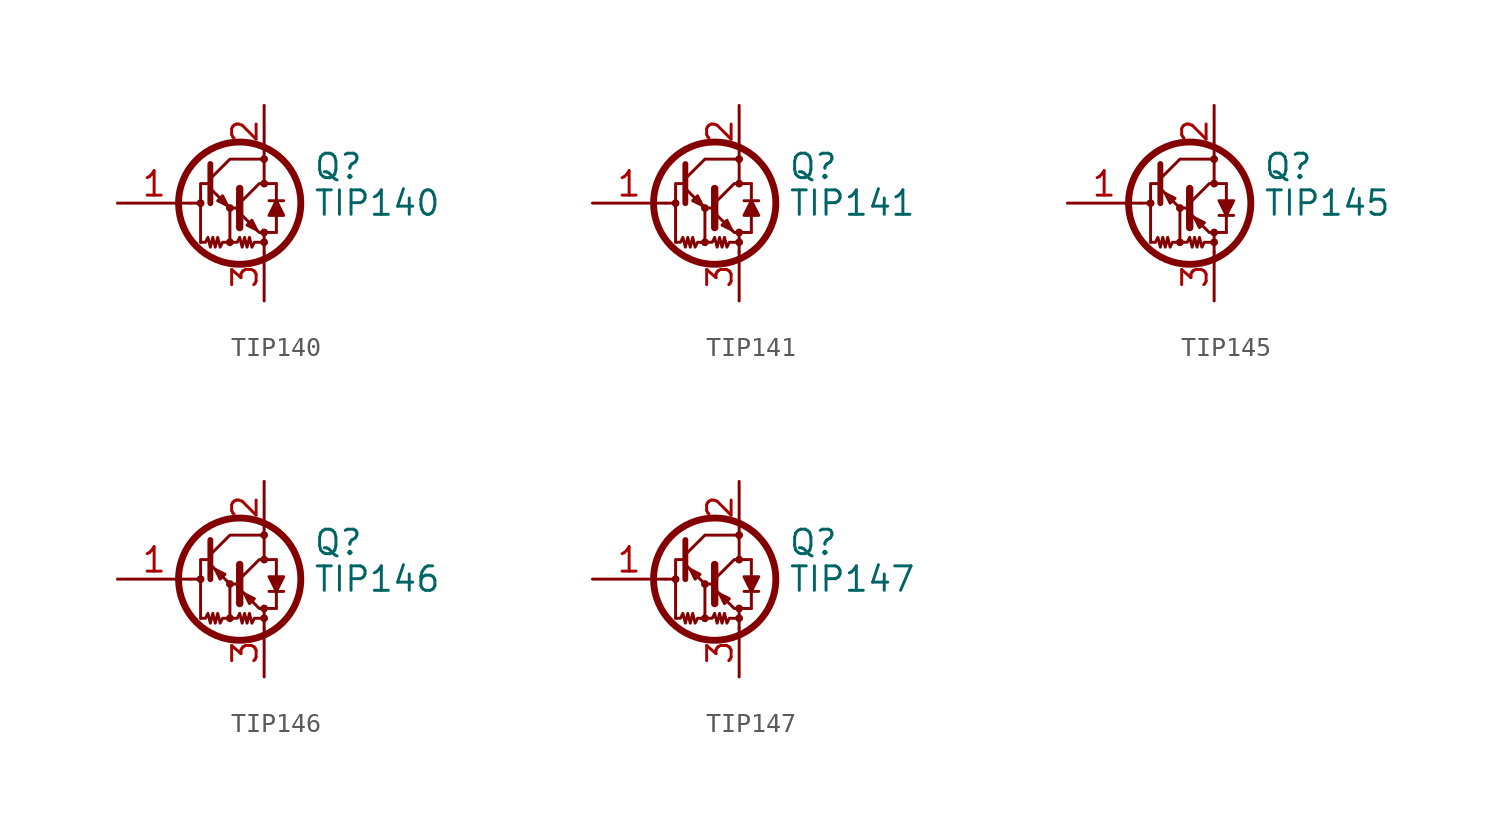
<source format=kicad_sym>
(kicad_symbol_lib
  (version 20241209)
  (generator "kicad_symbol_editor")
  (generator_version "9.0")
  (symbol "TIP140"
    (pin_names
      (offset 0)
      (hide yes))
    (property "Reference" "Q"
      (at 5.08 1.905 0)
      (effects (font (size 1.27 1.27)) (justify left)))
    (property "Value" "TIP140"
      (at 5.08 0 0)
      (effects (font (size 1.27 1.27)) (justify left)))
    (symbol "TIP140_0_1"
      (polyline (pts (xy -1.27 0) (xy -0.889 0)) (stroke (width 0) (type default)) (fill (type none)))
      (circle (center -0.762 0) (radius 0.127) (stroke (width 0) (type default)) (fill (type none)))
      (polyline (pts (xy -0.254 2.032) (xy -0.254 0) (xy -0.254 0)) (stroke (width 0.305) (type default)) (fill (type none)))
      (polyline (pts (xy -0.254 1.27) (xy 0.762 2.286) (xy 2.54 2.286)) (stroke (width 0) (type default)) (fill (type none)))
      (polyline (pts (xy -0.254 1.016) (xy -0.762 1.016) (xy -0.762 -2.032)) (stroke (width 0) (type default)) (fill (type none)))
      (polyline (pts (xy -0.254 0.762) (xy 0.762 -0.254) (xy 1.27 -0.254)) (stroke (width 0) (type default)) (fill (type none)))
      (polyline (pts (xy 0.635 -0.127) (xy 0.381 0.381) (xy 0.127 0.127) (xy 0.635 -0.127)) (stroke (width 0) (type default)) (fill (type none)))
      (polyline (pts (xy 0.762 -0.254) (xy 0.762 -2.032) (xy 1.143 -2.032) (xy 1.27 -1.778) (xy 1.397 -2.286) (xy 1.524 -1.778) (xy 1.651 -2.286) (xy 1.778 -1.778) (xy 1.905 -2.286) (xy 2.032 -2.032) (xy 2.54 -2.032)) (stroke (width 0) (type default)) (fill (type none)))
      (circle (center 0.762 -0.254) (radius 0.127) (stroke (width 0) (type default)) (fill (type none)))
      (polyline (pts (xy 0.762 -2.032) (xy 0.381 -2.032) (xy 0.254 -2.286) (xy 0.127 -1.778) (xy 0 -2.286) (xy -0.127 -1.778) (xy -0.254 -2.286) (xy -0.381 -1.778) (xy -0.508 -2.032) (xy -0.762 -2.032)) (stroke (width 0) (type default)) (fill (type none)))
      (circle (center 0.762 -2.032) (radius 0.127) (stroke (width 0) (type default)) (fill (type none)))
      (polyline (pts (xy 1.27 0.762) (xy 1.27 -1.27) (xy 1.27 -1.27)) (stroke (width 0.381) (type default)) (fill (type none)))
      (polyline (pts (xy 1.27 0) (xy 2.286 1.016) (xy 2.54 1.016) (xy 2.54 2.286)) (stroke (width 0) (type default)) (fill (type none)))
      (circle (center 1.27 0) (radius 3.175) (stroke (width 0.356) (type default)) (fill (type none)))
      (polyline (pts (xy 1.27 -0.508) (xy 2.286 -1.524) (xy 2.54 -1.524) (xy 2.54 -2.032)) (stroke (width 0) (type default)) (fill (type none)))
      (polyline (pts (xy 2.159 -1.397) (xy 1.905 -0.889) (xy 1.651 -1.143) (xy 2.159 -1.397)) (stroke (width 0) (type default)) (fill (type none)))
      (circle (center 2.54 2.286) (radius 0.127) (stroke (width 0) (type default)) (fill (type none)))
      (circle (center 2.54 1.016) (radius 0.127) (stroke (width 0) (type default)) (fill (type none)))
      (polyline (pts (xy 2.54 -1.524) (xy 3.175 -1.524)) (stroke (width 0) (type default)) (fill (type none)))
      (circle (center 2.54 -1.524) (radius 0.127) (stroke (width 0) (type default)) (fill (type none)))
      (polyline (pts (xy 2.54 -2.032) (xy 2.54 -2.54)) (stroke (width 0) (type default)) (fill (type none)))
      (circle (center 2.54 -2.032) (radius 0.127) (stroke (width 0) (type default)) (fill (type none)))
      (polyline (pts (xy 2.794 0.127) (xy 3.556 0.127)) (stroke (width 0) (type default)) (fill (type none)))
      (polyline (pts (xy 3.175 1.016) (xy 2.54 1.016)) (stroke (width 0) (type default)) (fill (type none)))
      (polyline (pts (xy 3.175 1.016) (xy 3.175 0.127)) (stroke (width 0) (type default)) (fill (type none)))
      (polyline (pts (xy 3.175 0.127) (xy 2.794 -0.635) (xy 3.556 -0.635) (xy 3.175 0.127)) (stroke (width 0) (type default)) (fill (type outline)))
      (polyline (pts (xy 3.175 -0.635) (xy 3.175 -1.524)) (stroke (width 0) (type default)) (fill (type none))))
    (symbol "TIP140_1_1"
      (pin input line (at -5.08 0 0) (length 3.81) (name "B" (effects (font (size 1.27 1.27)))) (number "1" (effects (font (size 1.27 1.27)))))
      (pin passive line (at 2.54 5.08 270) (length 2.667) (name "C" (effects (font (size 1.27 1.27)))) (number "2" (effects (font (size 1.27 1.27)))))
      (pin passive line (at 2.54 -5.08 90) (length 2.54) (name "E" (effects (font (size 1.27 1.27)))) (number "3" (effects (font (size 1.27 1.27)))))))
  (symbol "TIP141"
    (pin_names
      (offset 0)
      (hide yes))
    (property "Reference" "Q"
      (at 5.08 1.905 0)
      (effects (font (size 1.27 1.27)) (justify left)))
    (property "Value" "TIP141"
      (at 5.08 0 0)
      (effects (font (size 1.27 1.27)) (justify left)))
    (symbol "TIP141_0_1"
      (polyline (pts (xy -1.27 0) (xy -0.889 0)) (stroke (width 0) (type default)) (fill (type none)))
      (circle (center -0.762 0) (radius 0.127) (stroke (width 0) (type default)) (fill (type none)))
      (polyline (pts (xy -0.254 2.032) (xy -0.254 0) (xy -0.254 0)) (stroke (width 0.305) (type default)) (fill (type none)))
      (polyline (pts (xy -0.254 1.27) (xy 0.762 2.286) (xy 2.54 2.286)) (stroke (width 0) (type default)) (fill (type none)))
      (polyline (pts (xy -0.254 1.016) (xy -0.762 1.016) (xy -0.762 -2.032)) (stroke (width 0) (type default)) (fill (type none)))
      (polyline (pts (xy -0.254 0.762) (xy 0.762 -0.254) (xy 1.27 -0.254)) (stroke (width 0) (type default)) (fill (type none)))
      (polyline (pts (xy 0.635 -0.127) (xy 0.381 0.381) (xy 0.127 0.127) (xy 0.635 -0.127)) (stroke (width 0) (type default)) (fill (type none)))
      (polyline (pts (xy 0.762 -0.254) (xy 0.762 -2.032) (xy 1.143 -2.032) (xy 1.27 -1.778) (xy 1.397 -2.286) (xy 1.524 -1.778) (xy 1.651 -2.286) (xy 1.778 -1.778) (xy 1.905 -2.286) (xy 2.032 -2.032) (xy 2.54 -2.032)) (stroke (width 0) (type default)) (fill (type none)))
      (circle (center 0.762 -0.254) (radius 0.127) (stroke (width 0) (type default)) (fill (type none)))
      (polyline (pts (xy 0.762 -2.032) (xy 0.381 -2.032) (xy 0.254 -2.286) (xy 0.127 -1.778) (xy 0 -2.286) (xy -0.127 -1.778) (xy -0.254 -2.286) (xy -0.381 -1.778) (xy -0.508 -2.032) (xy -0.762 -2.032)) (stroke (width 0) (type default)) (fill (type none)))
      (circle (center 0.762 -2.032) (radius 0.127) (stroke (width 0) (type default)) (fill (type none)))
      (polyline (pts (xy 1.27 0.762) (xy 1.27 -1.27) (xy 1.27 -1.27)) (stroke (width 0.381) (type default)) (fill (type none)))
      (polyline (pts (xy 1.27 0) (xy 2.286 1.016) (xy 2.54 1.016) (xy 2.54 2.286)) (stroke (width 0) (type default)) (fill (type none)))
      (circle (center 1.27 0) (radius 3.175) (stroke (width 0.356) (type default)) (fill (type none)))
      (polyline (pts (xy 1.27 -0.508) (xy 2.286 -1.524) (xy 2.54 -1.524) (xy 2.54 -2.032)) (stroke (width 0) (type default)) (fill (type none)))
      (polyline (pts (xy 2.159 -1.397) (xy 1.905 -0.889) (xy 1.651 -1.143) (xy 2.159 -1.397)) (stroke (width 0) (type default)) (fill (type none)))
      (circle (center 2.54 2.286) (radius 0.127) (stroke (width 0) (type default)) (fill (type none)))
      (circle (center 2.54 1.016) (radius 0.127) (stroke (width 0) (type default)) (fill (type none)))
      (polyline (pts (xy 2.54 -1.524) (xy 3.175 -1.524)) (stroke (width 0) (type default)) (fill (type none)))
      (circle (center 2.54 -1.524) (radius 0.127) (stroke (width 0) (type default)) (fill (type none)))
      (polyline (pts (xy 2.54 -2.032) (xy 2.54 -2.54)) (stroke (width 0) (type default)) (fill (type none)))
      (circle (center 2.54 -2.032) (radius 0.127) (stroke (width 0) (type default)) (fill (type none)))
      (polyline (pts (xy 2.794 0.127) (xy 3.556 0.127)) (stroke (width 0) (type default)) (fill (type none)))
      (polyline (pts (xy 3.175 1.016) (xy 2.54 1.016)) (stroke (width 0) (type default)) (fill (type none)))
      (polyline (pts (xy 3.175 1.016) (xy 3.175 0.127)) (stroke (width 0) (type default)) (fill (type none)))
      (polyline (pts (xy 3.175 0.127) (xy 2.794 -0.635) (xy 3.556 -0.635) (xy 3.175 0.127)) (stroke (width 0) (type default)) (fill (type outline)))
      (polyline (pts (xy 3.175 -0.635) (xy 3.175 -1.524)) (stroke (width 0) (type default)) (fill (type none))))
    (symbol "TIP141_1_1"
      (pin input line (at -5.08 0 0) (length 3.81) (name "B" (effects (font (size 1.27 1.27)))) (number "1" (effects (font (size 1.27 1.27)))))
      (pin passive line (at 2.54 5.08 270) (length 2.667) (name "C" (effects (font (size 1.27 1.27)))) (number "2" (effects (font (size 1.27 1.27)))))
      (pin passive line (at 2.54 -5.08 90) (length 2.54) (name "E" (effects (font (size 1.27 1.27)))) (number "3" (effects (font (size 1.27 1.27)))))))
  (symbol "TIP145"
    (pin_names
      (offset 0)
      (hide yes))
    (property "Reference" "Q"
      (at 5.08 1.905 0)
      (effects (font (size 1.27 1.27)) (justify left)))
    (property "Value" "TIP145"
      (at 5.08 0 0)
      (effects (font (size 1.27 1.27)) (justify left)))
    (symbol "TIP145_0_1"
      (polyline (pts (xy -1.27 0) (xy -0.889 0)) (stroke (width 0) (type default)) (fill (type none)))
      (circle (center -0.762 0) (radius 0.127) (stroke (width 0) (type default)) (fill (type none)))
      (polyline (pts (xy -0.254 2.032) (xy -0.254 0) (xy -0.254 0)) (stroke (width 0.305) (type default)) (fill (type none)))
      (polyline (pts (xy -0.254 1.27) (xy 0.762 2.286) (xy 2.54 2.286)) (stroke (width 0) (type default)) (fill (type none)))
      (polyline (pts (xy -0.254 1.016) (xy -0.762 1.016) (xy -0.762 -2.032)) (stroke (width 0) (type default)) (fill (type none)))
      (polyline (pts (xy -0.254 0.762) (xy 0.762 -0.254) (xy 1.27 -0.254)) (stroke (width 0) (type default)) (fill (type none)))
      (polyline (pts (xy 0 0.508) (xy 0.254 0) (xy 0.508 0.254) (xy 0 0.508)) (stroke (width 0) (type default)) (fill (type none)))
      (polyline (pts (xy 0.762 -0.254) (xy 0.762 -2.032) (xy 1.143 -2.032) (xy 1.27 -1.778) (xy 1.397 -2.286) (xy 1.524 -1.778) (xy 1.651 -2.286) (xy 1.778 -1.778) (xy 1.905 -2.286) (xy 2.032 -2.032) (xy 2.54 -2.032)) (stroke (width 0) (type default)) (fill (type none)))
      (circle (center 0.762 -0.254) (radius 0.127) (stroke (width 0) (type default)) (fill (type none)))
      (polyline (pts (xy 0.762 -2.032) (xy 0.381 -2.032) (xy 0.254 -2.286) (xy 0.127 -1.778) (xy 0 -2.286) (xy -0.127 -1.778) (xy -0.254 -2.286) (xy -0.381 -1.778) (xy -0.508 -2.032) (xy -0.762 -2.032)) (stroke (width 0) (type default)) (fill (type none)))
      (circle (center 0.762 -2.032) (radius 0.127) (stroke (width 0) (type default)) (fill (type none)))
      (polyline (pts (xy 1.27 0.762) (xy 1.27 -1.27) (xy 1.27 -1.27)) (stroke (width 0.381) (type default)) (fill (type none)))
      (polyline (pts (xy 1.27 0) (xy 2.286 1.016) (xy 2.54 1.016) (xy 2.54 2.286)) (stroke (width 0) (type default)) (fill (type none)))
      (circle (center 1.27 0) (radius 3.175) (stroke (width 0.356) (type default)) (fill (type none)))
      (polyline (pts (xy 1.27 -0.508) (xy 2.286 -1.524) (xy 2.54 -1.524) (xy 2.54 -2.032)) (stroke (width 0) (type default)) (fill (type none)))
      (polyline (pts (xy 1.524 -0.762) (xy 1.778 -1.27) (xy 2.032 -1.016) (xy 1.524 -0.762)) (stroke (width 0) (type default)) (fill (type none)))
      (circle (center 2.54 2.286) (radius 0.127) (stroke (width 0) (type default)) (fill (type none)))
      (circle (center 2.54 1.016) (radius 0.127) (stroke (width 0) (type default)) (fill (type none)))
      (polyline (pts (xy 2.54 -1.524) (xy 3.175 -1.524)) (stroke (width 0) (type default)) (fill (type none)))
      (circle (center 2.54 -1.524) (radius 0.127) (stroke (width 0) (type default)) (fill (type none)))
      (polyline (pts (xy 2.54 -2.032) (xy 2.54 -2.54)) (stroke (width 0) (type default)) (fill (type none)))
      (circle (center 2.54 -2.032) (radius 0.127) (stroke (width 0) (type default)) (fill (type none)))
      (polyline (pts (xy 2.794 -0.635) (xy 3.556 -0.635)) (stroke (width 0) (type default)) (fill (type none)))
      (polyline (pts (xy 3.175 1.016) (xy 2.54 1.016)) (stroke (width 0) (type default)) (fill (type none)))
      (polyline (pts (xy 3.175 0.127) (xy 3.175 1.016)) (stroke (width 0) (type default)) (fill (type none)))
      (polyline (pts (xy 3.175 -0.635) (xy 2.794 0.127) (xy 3.556 0.127) (xy 3.175 -0.635)) (stroke (width 0) (type default)) (fill (type outline)))
      (polyline (pts (xy 3.175 -1.524) (xy 3.175 -0.635)) (stroke (width 0) (type default)) (fill (type none))))
    (symbol "TIP145_1_1"
      (pin input line (at -5.08 0 0) (length 3.81) (name "B" (effects (font (size 1.27 1.27)))) (number "1" (effects (font (size 1.27 1.27)))))
      (pin passive line (at 2.54 5.08 270) (length 2.667) (name "C" (effects (font (size 1.27 1.27)))) (number "2" (effects (font (size 1.27 1.27)))))
      (pin passive line (at 2.54 -5.08 90) (length 2.54) (name "E" (effects (font (size 1.27 1.27)))) (number "3" (effects (font (size 1.27 1.27)))))))
  (symbol "TIP146"
    (pin_names
      (offset 0)
      (hide yes))
    (property "Reference" "Q"
      (at 5.08 1.905 0)
      (effects (font (size 1.27 1.27)) (justify left)))
    (property "Value" "TIP146"
      (at 5.08 0 0)
      (effects (font (size 1.27 1.27)) (justify left)))
    (symbol "TIP146_0_1"
      (polyline (pts (xy -1.27 0) (xy -0.889 0)) (stroke (width 0) (type default)) (fill (type none)))
      (circle (center -0.762 0) (radius 0.127) (stroke (width 0) (type default)) (fill (type none)))
      (polyline (pts (xy -0.254 2.032) (xy -0.254 0) (xy -0.254 0)) (stroke (width 0.305) (type default)) (fill (type none)))
      (polyline (pts (xy -0.254 1.27) (xy 0.762 2.286) (xy 2.54 2.286)) (stroke (width 0) (type default)) (fill (type none)))
      (polyline (pts (xy -0.254 1.016) (xy -0.762 1.016) (xy -0.762 -2.032)) (stroke (width 0) (type default)) (fill (type none)))
      (polyline (pts (xy -0.254 0.762) (xy 0.762 -0.254) (xy 1.27 -0.254)) (stroke (width 0) (type default)) (fill (type none)))
      (polyline (pts (xy 0 0.508) (xy 0.254 0) (xy 0.508 0.254) (xy 0 0.508)) (stroke (width 0) (type default)) (fill (type none)))
      (polyline (pts (xy 0.762 -0.254) (xy 0.762 -2.032) (xy 1.143 -2.032) (xy 1.27 -1.778) (xy 1.397 -2.286) (xy 1.524 -1.778) (xy 1.651 -2.286) (xy 1.778 -1.778) (xy 1.905 -2.286) (xy 2.032 -2.032) (xy 2.54 -2.032)) (stroke (width 0) (type default)) (fill (type none)))
      (circle (center 0.762 -0.254) (radius 0.127) (stroke (width 0) (type default)) (fill (type none)))
      (polyline (pts (xy 0.762 -2.032) (xy 0.381 -2.032) (xy 0.254 -2.286) (xy 0.127 -1.778) (xy 0 -2.286) (xy -0.127 -1.778) (xy -0.254 -2.286) (xy -0.381 -1.778) (xy -0.508 -2.032) (xy -0.762 -2.032)) (stroke (width 0) (type default)) (fill (type none)))
      (circle (center 0.762 -2.032) (radius 0.127) (stroke (width 0) (type default)) (fill (type none)))
      (polyline (pts (xy 1.27 0.762) (xy 1.27 -1.27) (xy 1.27 -1.27)) (stroke (width 0.381) (type default)) (fill (type none)))
      (polyline (pts (xy 1.27 0) (xy 2.286 1.016) (xy 2.54 1.016) (xy 2.54 2.286)) (stroke (width 0) (type default)) (fill (type none)))
      (circle (center 1.27 0) (radius 3.175) (stroke (width 0.356) (type default)) (fill (type none)))
      (polyline (pts (xy 1.27 -0.508) (xy 2.286 -1.524) (xy 2.54 -1.524) (xy 2.54 -2.032)) (stroke (width 0) (type default)) (fill (type none)))
      (polyline (pts (xy 1.524 -0.762) (xy 1.778 -1.27) (xy 2.032 -1.016) (xy 1.524 -0.762)) (stroke (width 0) (type default)) (fill (type none)))
      (circle (center 2.54 2.286) (radius 0.127) (stroke (width 0) (type default)) (fill (type none)))
      (circle (center 2.54 1.016) (radius 0.127) (stroke (width 0) (type default)) (fill (type none)))
      (polyline (pts (xy 2.54 -1.524) (xy 3.175 -1.524)) (stroke (width 0) (type default)) (fill (type none)))
      (circle (center 2.54 -1.524) (radius 0.127) (stroke (width 0) (type default)) (fill (type none)))
      (polyline (pts (xy 2.54 -2.032) (xy 2.54 -2.54)) (stroke (width 0) (type default)) (fill (type none)))
      (circle (center 2.54 -2.032) (radius 0.127) (stroke (width 0) (type default)) (fill (type none)))
      (polyline (pts (xy 2.794 -0.635) (xy 3.556 -0.635)) (stroke (width 0) (type default)) (fill (type none)))
      (polyline (pts (xy 3.175 1.016) (xy 2.54 1.016)) (stroke (width 0) (type default)) (fill (type none)))
      (polyline (pts (xy 3.175 0.127) (xy 3.175 1.016)) (stroke (width 0) (type default)) (fill (type none)))
      (polyline (pts (xy 3.175 -0.635) (xy 2.794 0.127) (xy 3.556 0.127) (xy 3.175 -0.635)) (stroke (width 0) (type default)) (fill (type outline)))
      (polyline (pts (xy 3.175 -1.524) (xy 3.175 -0.635)) (stroke (width 0) (type default)) (fill (type none))))
    (symbol "TIP146_1_1"
      (pin input line (at -5.08 0 0) (length 3.81) (name "B" (effects (font (size 1.27 1.27)))) (number "1" (effects (font (size 1.27 1.27)))))
      (pin passive line (at 2.54 5.08 270) (length 2.667) (name "C" (effects (font (size 1.27 1.27)))) (number "2" (effects (font (size 1.27 1.27)))))
      (pin passive line (at 2.54 -5.08 90) (length 2.54) (name "E" (effects (font (size 1.27 1.27)))) (number "3" (effects (font (size 1.27 1.27)))))))
  (symbol "TIP147"
    (pin_names
      (offset 0)
      (hide yes))
    (property "Reference" "Q"
      (at 5.08 1.905 0)
      (effects (font (size 1.27 1.27)) (justify left)))
    (property "Value" "TIP147"
      (at 5.08 0 0)
      (effects (font (size 1.27 1.27)) (justify left)))
    (symbol "TIP147_0_1"
      (polyline (pts (xy -1.27 0) (xy -0.889 0)) (stroke (width 0) (type default)) (fill (type none)))
      (circle (center -0.762 0) (radius 0.127) (stroke (width 0) (type default)) (fill (type none)))
      (polyline (pts (xy -0.254 2.032) (xy -0.254 0) (xy -0.254 0)) (stroke (width 0.305) (type default)) (fill (type none)))
      (polyline (pts (xy -0.254 1.27) (xy 0.762 2.286) (xy 2.54 2.286)) (stroke (width 0) (type default)) (fill (type none)))
      (polyline (pts (xy -0.254 1.016) (xy -0.762 1.016) (xy -0.762 -2.032)) (stroke (width 0) (type default)) (fill (type none)))
      (polyline (pts (xy -0.254 0.762) (xy 0.762 -0.254) (xy 1.27 -0.254)) (stroke (width 0) (type default)) (fill (type none)))
      (polyline (pts (xy 0 0.508) (xy 0.254 0) (xy 0.508 0.254) (xy 0 0.508)) (stroke (width 0) (type default)) (fill (type none)))
      (polyline (pts (xy 0.762 -0.254) (xy 0.762 -2.032) (xy 1.143 -2.032) (xy 1.27 -1.778) (xy 1.397 -2.286) (xy 1.524 -1.778) (xy 1.651 -2.286) (xy 1.778 -1.778) (xy 1.905 -2.286) (xy 2.032 -2.032) (xy 2.54 -2.032)) (stroke (width 0) (type default)) (fill (type none)))
      (circle (center 0.762 -0.254) (radius 0.127) (stroke (width 0) (type default)) (fill (type none)))
      (polyline (pts (xy 0.762 -2.032) (xy 0.381 -2.032) (xy 0.254 -2.286) (xy 0.127 -1.778) (xy 0 -2.286) (xy -0.127 -1.778) (xy -0.254 -2.286) (xy -0.381 -1.778) (xy -0.508 -2.032) (xy -0.762 -2.032)) (stroke (width 0) (type default)) (fill (type none)))
      (circle (center 0.762 -2.032) (radius 0.127) (stroke (width 0) (type default)) (fill (type none)))
      (polyline (pts (xy 1.27 0.762) (xy 1.27 -1.27) (xy 1.27 -1.27)) (stroke (width 0.381) (type default)) (fill (type none)))
      (polyline (pts (xy 1.27 0) (xy 2.286 1.016) (xy 2.54 1.016) (xy 2.54 2.286)) (stroke (width 0) (type default)) (fill (type none)))
      (circle (center 1.27 0) (radius 3.175) (stroke (width 0.356) (type default)) (fill (type none)))
      (polyline (pts (xy 1.27 -0.508) (xy 2.286 -1.524) (xy 2.54 -1.524) (xy 2.54 -2.032)) (stroke (width 0) (type default)) (fill (type none)))
      (polyline (pts (xy 1.524 -0.762) (xy 1.778 -1.27) (xy 2.032 -1.016) (xy 1.524 -0.762)) (stroke (width 0) (type default)) (fill (type none)))
      (circle (center 2.54 2.286) (radius 0.127) (stroke (width 0) (type default)) (fill (type none)))
      (circle (center 2.54 1.016) (radius 0.127) (stroke (width 0) (type default)) (fill (type none)))
      (polyline (pts (xy 2.54 -1.524) (xy 3.175 -1.524)) (stroke (width 0) (type default)) (fill (type none)))
      (circle (center 2.54 -1.524) (radius 0.127) (stroke (width 0) (type default)) (fill (type none)))
      (polyline (pts (xy 2.54 -2.032) (xy 2.54 -2.54)) (stroke (width 0) (type default)) (fill (type none)))
      (circle (center 2.54 -2.032) (radius 0.127) (stroke (width 0) (type default)) (fill (type none)))
      (polyline (pts (xy 2.794 -0.635) (xy 3.556 -0.635)) (stroke (width 0) (type default)) (fill (type none)))
      (polyline (pts (xy 3.175 1.016) (xy 2.54 1.016)) (stroke (width 0) (type default)) (fill (type none)))
      (polyline (pts (xy 3.175 0.127) (xy 3.175 1.016)) (stroke (width 0) (type default)) (fill (type none)))
      (polyline (pts (xy 3.175 -0.635) (xy 2.794 0.127) (xy 3.556 0.127) (xy 3.175 -0.635)) (stroke (width 0) (type default)) (fill (type outline)))
      (polyline (pts (xy 3.175 -1.524) (xy 3.175 -0.635)) (stroke (width 0) (type default)) (fill (type none))))
    (symbol "TIP147_1_1"
      (pin input line (at -5.08 0 0) (length 3.81) (name "B" (effects (font (size 1.27 1.27)))) (number "1" (effects (font (size 1.27 1.27)))))
      (pin passive line (at 2.54 5.08 270) (length 2.667) (name "C" (effects (font (size 1.27 1.27)))) (number "2" (effects (font (size 1.27 1.27)))))
      (pin passive line (at 2.54 -5.08 90) (length 2.54) (name "E" (effects (font (size 1.27 1.27)))) (number "3" (effects (font (size 1.27 1.27))))))))
</source>
